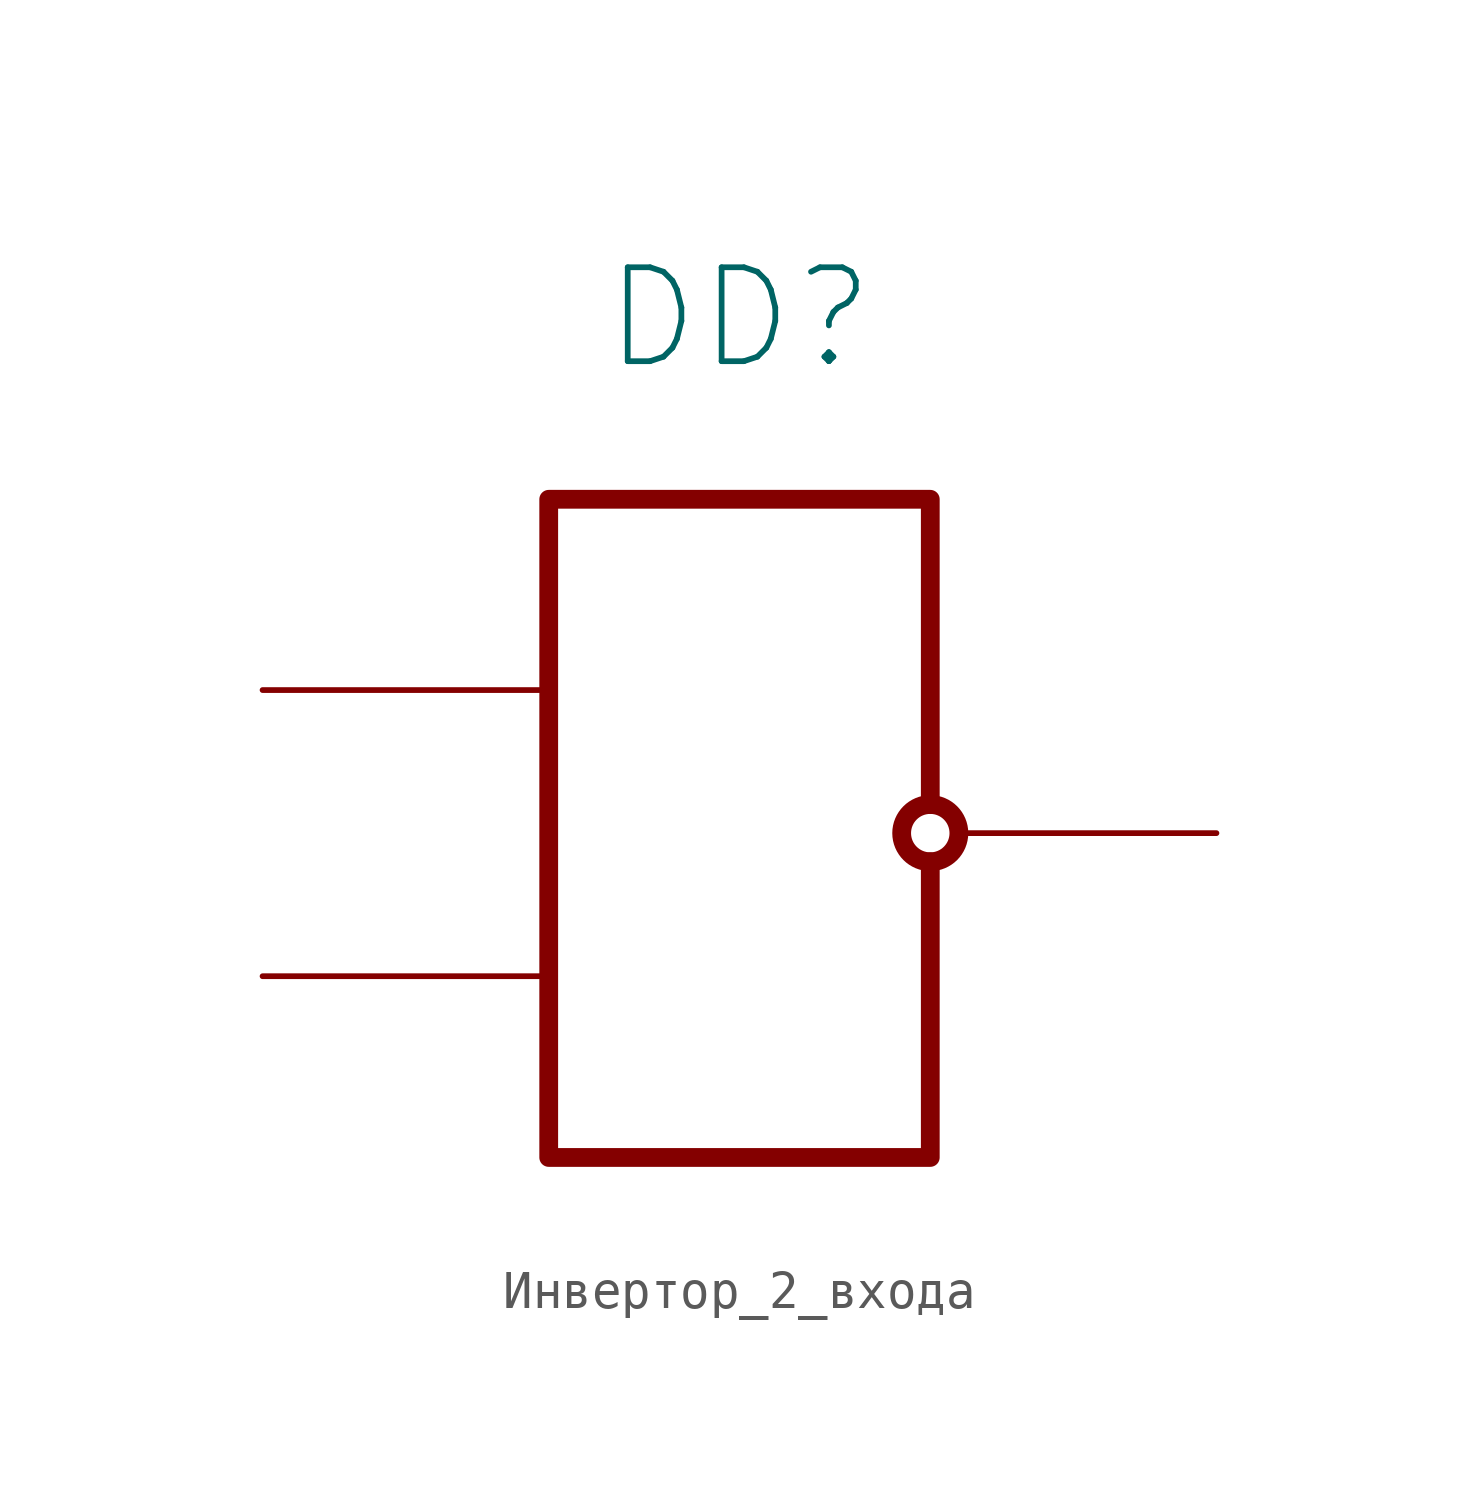
<source format=kicad_sym>
(kicad_symbol_lib
  (version 20220914)
  (generator kicad_symbol_editor)
  (symbol "Инвертор_2_входа"
    (property "Reference" "DD"
      (at 0 9.906 0)
      (effects (font (size 2.5 2.5))))
    (property "Value" ""
      (at 0 0 0)
      (effects (font (size 1.27 1.27))))
    (symbol "Инвертор_2_входа_1_1"
      (polyline (pts (xy 5.08 -3.048) (xy 5.08 5.08) (xy -5.08 5.08) (xy -5.08 -12.446) (xy 5.08 -12.446) (xy 5.08 -4.572)) (stroke (width 0.5) (type default)) (fill (type none)))
      (circle (center 5.08 -3.81) (radius 0.762) (stroke (width 0.5) (type default)) (fill (type none)))
      (pin input line (at -12.7 -7.62 0) (length 7.62) (name "~" (effects (font (size 2.5 2.5)))) (number "" (effects (font (size 2.5 2.5)))))
      (pin input line (at -12.7 0 0) (length 7.62) (name "~" (effects (font (size 2.5 2.5)))) (number "" (effects (font (size 2.5 2.5)))))
      (pin output line (at 12.7 -3.81 180) (length 7) (name "~" (effects (font (size 2.5 2.5)))) (number "" (effects (font (size 2.5 2.5))))))))
</source>
